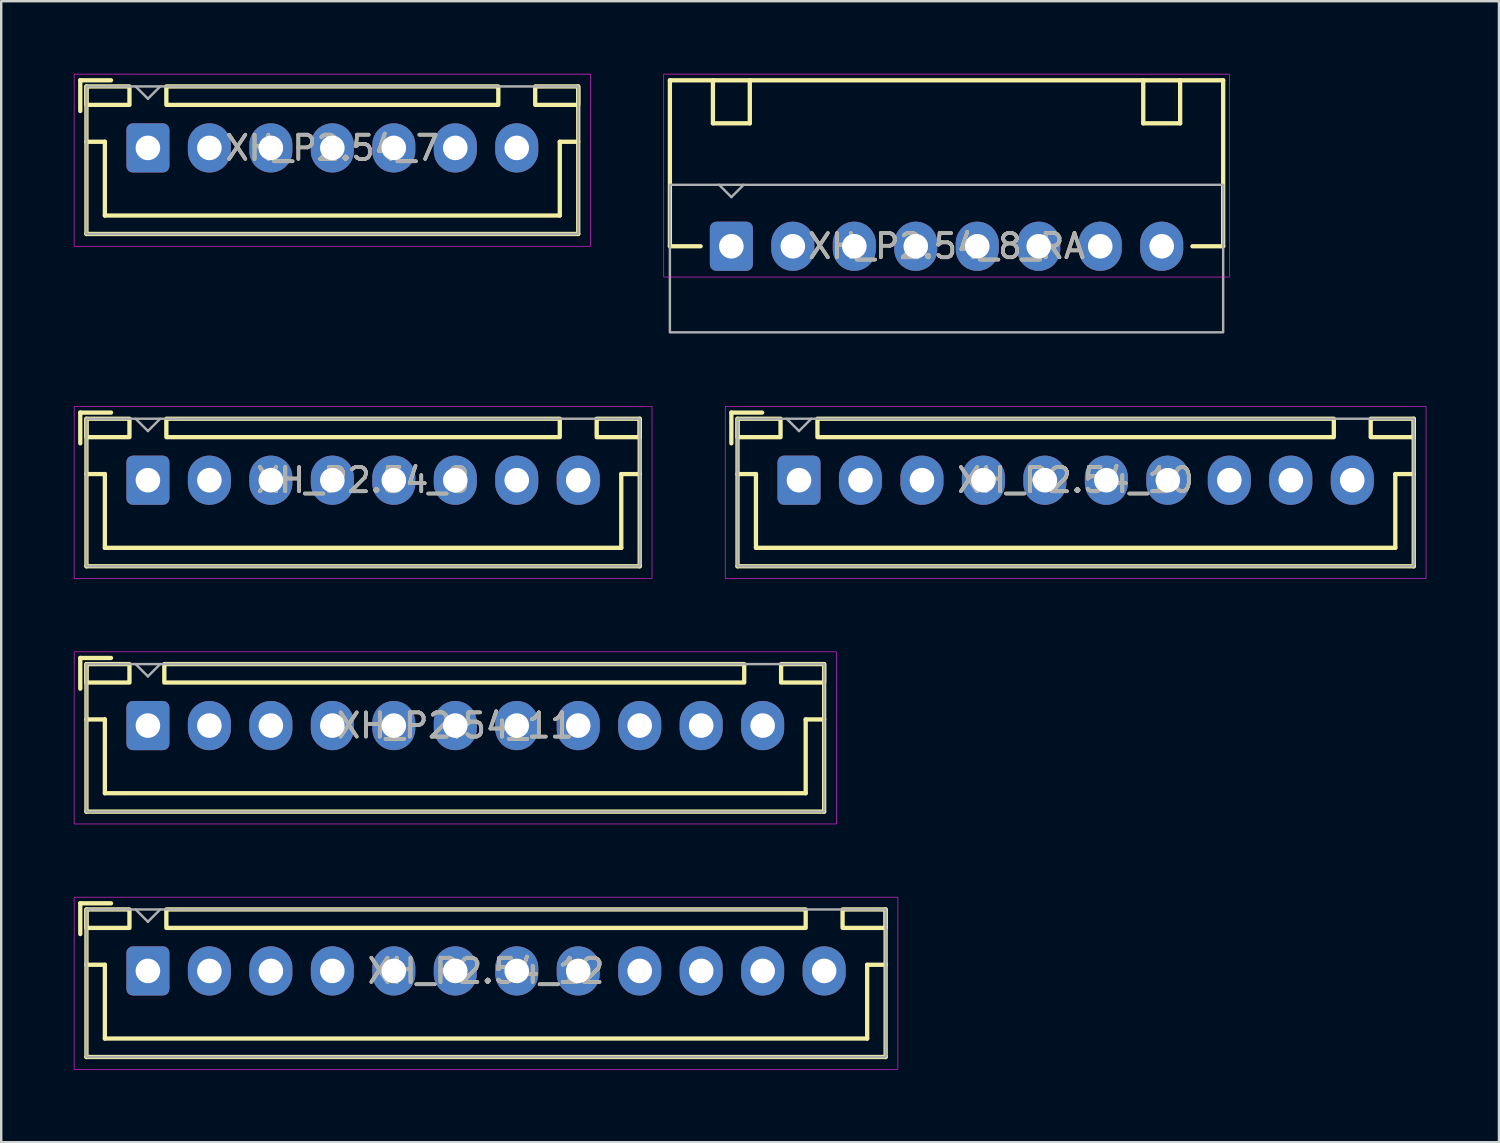
<source format=kicad_pcb>
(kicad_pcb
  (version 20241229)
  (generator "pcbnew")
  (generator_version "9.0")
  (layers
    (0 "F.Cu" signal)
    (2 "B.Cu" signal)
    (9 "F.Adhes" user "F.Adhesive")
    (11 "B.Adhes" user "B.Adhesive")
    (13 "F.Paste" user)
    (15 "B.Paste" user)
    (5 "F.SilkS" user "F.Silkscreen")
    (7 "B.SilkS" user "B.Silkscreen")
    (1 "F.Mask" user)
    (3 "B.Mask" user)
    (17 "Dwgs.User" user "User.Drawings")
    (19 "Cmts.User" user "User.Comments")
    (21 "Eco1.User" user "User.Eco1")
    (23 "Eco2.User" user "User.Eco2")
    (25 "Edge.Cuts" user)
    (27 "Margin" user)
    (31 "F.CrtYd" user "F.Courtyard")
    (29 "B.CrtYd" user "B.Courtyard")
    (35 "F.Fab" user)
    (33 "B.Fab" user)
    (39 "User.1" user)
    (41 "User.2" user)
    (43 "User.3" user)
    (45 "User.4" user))
  (footprint "XH_P2.54_10"
    (layer "F.Cu")
    (at 41.392 16.791)
    (property "Reference" "XH_P2.54_10" (at 0 0 0) (layer "F.SilkS") (effects (font (size 1 1) (thickness 0.15))))
    (attr through_hole)
    (fp_line (start -14.224 -2.794) (end -12.954 -2.794) (stroke (width 0.178) (type solid)) (layer "F.SilkS"))
    (fp_line (start -14.224 -1.524) (end -14.224 -2.794) (stroke (width 0.178) (type solid)) (layer "F.SilkS"))
    (fp_line (start -13.97 -2.54) (end -13.97 3.556) (stroke (width 0.178) (type solid)) (layer "F.SilkS"))
    (fp_line (start -13.97 -0.254) (end -13.208 -0.254) (stroke (width 0.178) (type solid)) (layer "F.SilkS"))
    (fp_line (start -13.97 3.556) (end 13.97 3.556) (stroke (width 0.178) (type solid)) (layer "F.SilkS"))
    (fp_line (start -13.208 -0.254) (end -13.208 2.794) (stroke (width 0.178) (type solid)) (layer "F.SilkS"))
    (fp_line (start -13.208 2.794) (end 13.208 2.794) (stroke (width 0.178) (type solid)) (layer "F.SilkS"))
    (fp_line (start 13.208 -0.254) (end 13.208 2.794) (stroke (width 0.178) (type solid)) (layer "F.SilkS"))
    (fp_line (start 13.208 -0.254) (end 13.97 -0.254) (stroke (width 0.178) (type solid)) (layer "F.SilkS"))
    (fp_line (start 13.97 -2.54) (end 13.97 3.556) (stroke (width 0.178) (type solid)) (layer "F.SilkS"))
    (fp_rect (start -12.192 -1.778) (end -13.97 -2.54) (stroke (width 0.178) (type solid)) (fill no) (layer "F.SilkS"))
    (fp_rect (start -10.668 -2.54) (end 10.668 -1.778) (stroke (width 0.178) (type solid)) (fill no) (layer "F.SilkS"))
    (fp_rect (start 12.192 -2.54) (end 13.97 -1.778) (stroke (width 0.178) (type solid)) (fill no) (layer "F.SilkS"))
    (fp_rect (start -14.478 -3.048) (end 14.478 4.064) (stroke (width 0.025) (type solid)) (fill no) (layer "F.CrtYd"))
    (fp_line (start -11.938 -2.54) (end -11.43 -2.032) (stroke (width 0.1) (type solid)) (layer "F.Fab"))
    (fp_line (start -10.922 -2.54) (end -11.43 -2.032) (stroke (width 0.1) (type solid)) (layer "F.Fab"))
    (fp_rect (start -13.97 -2.54) (end 13.97 3.556) (stroke (width 0.1) (type solid)) (fill no) (layer "F.Fab"))
    (fp_text user "${REFERENCE}" (at 0 0 0) (layer "F.Fab") (effects (font (size 1 1) (thickness 0.15))))
    (pad "1" thru_hole roundrect (at -11.43 0) (size 1.778 2.032) (drill 1.016) (layers "*.Cu" "*.Mask") (roundrect_rratio 0.15))
    (pad "2" thru_hole oval (at -8.89 0) (size 1.778 2.032) (drill 1.016) (layers "*.Cu" "*.Mask"))
    (pad "3" thru_hole oval (at -6.35 0) (size 1.778 2.032) (drill 1.016) (layers "*.Cu" "*.Mask"))
    (pad "4" thru_hole oval (at -3.81 0) (size 1.778 2.032) (drill 1.016) (layers "*.Cu" "*.Mask"))
    (pad "5" thru_hole oval (at -1.27 0) (size 1.778 2.032) (drill 1.016) (layers "*.Cu" "*.Mask"))
    (pad "6" thru_hole oval (at 1.27 0) (size 1.778 2.032) (drill 1.016) (layers "*.Cu" "*.Mask"))
    (pad "7" thru_hole oval (at 3.81 0) (size 1.778 2.032) (drill 1.016) (layers "*.Cu" "*.Mask"))
    (pad "8" thru_hole oval (at 6.35 0) (size 1.778 2.032) (drill 1.016) (layers "*.Cu" "*.Mask"))
    (pad "9" thru_hole oval (at 8.89 0) (size 1.778 2.032) (drill 1.016) (layers "*.Cu" "*.Mask"))
    (pad "10" thru_hole oval (at 11.43 0) (size 1.778 2.032) (drill 1.016) (layers "*.Cu" "*.Mask")))
  (footprint "XH_P2.54_8"
    (layer "F.Cu")
    (at 11.951 16.791)
    (property "Reference" "XH_P2.54_8" (at 0 0 0) (layer "F.SilkS") (effects (font (size 1 1) (thickness 0.15))))
    (attr through_hole)
    (fp_line (start -11.684 -2.794) (end -10.414 -2.794) (stroke (width 0.178) (type solid)) (layer "F.SilkS"))
    (fp_line (start -11.684 -1.524) (end -11.684 -2.794) (stroke (width 0.178) (type solid)) (layer "F.SilkS"))
    (fp_line (start -11.43 -2.54) (end -11.43 3.556) (stroke (width 0.178) (type solid)) (layer "F.SilkS"))
    (fp_line (start -11.43 -0.254) (end -10.668 -0.254) (stroke (width 0.178) (type solid)) (layer "F.SilkS"))
    (fp_line (start -11.43 3.556) (end 11.43 3.556) (stroke (width 0.178) (type solid)) (layer "F.SilkS"))
    (fp_line (start -10.668 -0.254) (end -10.668 2.794) (stroke (width 0.178) (type solid)) (layer "F.SilkS"))
    (fp_line (start -10.668 2.794) (end 10.668 2.794) (stroke (width 0.178) (type solid)) (layer "F.SilkS"))
    (fp_line (start 10.668 -0.254) (end 10.668 2.794) (stroke (width 0.178) (type solid)) (layer "F.SilkS"))
    (fp_line (start 10.668 -0.254) (end 11.43 -0.254) (stroke (width 0.178) (type solid)) (layer "F.SilkS"))
    (fp_line (start 11.43 -2.54) (end 11.43 3.556) (stroke (width 0.178) (type solid)) (layer "F.SilkS"))
    (fp_rect (start -9.652 -1.778) (end -11.43 -2.54) (stroke (width 0.178) (type solid)) (fill no) (layer "F.SilkS"))
    (fp_rect (start -8.128 -2.54) (end 8.128 -1.778) (stroke (width 0.178) (type solid)) (fill no) (layer "F.SilkS"))
    (fp_rect (start 9.652 -2.54) (end 11.43 -1.778) (stroke (width 0.178) (type solid)) (fill no) (layer "F.SilkS"))
    (fp_rect (start -11.938 -3.048) (end 11.938 4.064) (stroke (width 0.025) (type solid)) (fill no) (layer "F.CrtYd"))
    (fp_line (start -9.398 -2.54) (end -8.89 -2.032) (stroke (width 0.1) (type solid)) (layer "F.Fab"))
    (fp_line (start -8.382 -2.54) (end -8.89 -2.032) (stroke (width 0.1) (type solid)) (layer "F.Fab"))
    (fp_rect (start -11.43 -2.54) (end 11.43 3.556) (stroke (width 0.1) (type solid)) (fill no) (layer "F.Fab"))
    (fp_text user "${REFERENCE}" (at 0 0 0) (layer "F.Fab") (effects (font (size 1 1) (thickness 0.15))))
    (pad "1" thru_hole roundrect (at -8.89 0) (size 1.778 2.032) (drill 1.016) (layers "*.Cu" "*.Mask") (roundrect_rratio 0.15))
    (pad "2" thru_hole oval (at -6.35 0) (size 1.778 2.032) (drill 1.016) (layers "*.Cu" "*.Mask"))
    (pad "3" thru_hole oval (at -3.81 0) (size 1.778 2.032) (drill 1.016) (layers "*.Cu" "*.Mask"))
    (pad "4" thru_hole oval (at -1.27 0) (size 1.778 2.032) (drill 1.016) (layers "*.Cu" "*.Mask"))
    (pad "5" thru_hole oval (at 1.27 0) (size 1.778 2.032) (drill 1.016) (layers "*.Cu" "*.Mask"))
    (pad "6" thru_hole oval (at 3.81 0) (size 1.778 2.032) (drill 1.016) (layers "*.Cu" "*.Mask"))
    (pad "7" thru_hole oval (at 6.35 0) (size 1.778 2.032) (drill 1.016) (layers "*.Cu" "*.Mask"))
    (pad "8" thru_hole oval (at 8.89 0) (size 1.778 2.032) (drill 1.016) (layers "*.Cu" "*.Mask")))
  (footprint "XH_P2.54_7"
    (layer "F.Cu")
    (at 10.681 3.061)
    (property "Reference" "XH_P2.54_7" (at 0 0 0) (layer "F.SilkS") (effects (font (size 1 1) (thickness 0.15))))
    (attr through_hole)
    (fp_line (start -10.414 -2.794) (end -9.144 -2.794) (stroke (width 0.178) (type solid)) (layer "F.SilkS"))
    (fp_line (start -10.414 -1.524) (end -10.414 -2.794) (stroke (width 0.178) (type solid)) (layer "F.SilkS"))
    (fp_line (start -10.16 -2.54) (end -10.16 3.556) (stroke (width 0.178) (type solid)) (layer "F.SilkS"))
    (fp_line (start -10.16 -0.254) (end -9.398 -0.254) (stroke (width 0.178) (type solid)) (layer "F.SilkS"))
    (fp_line (start -10.16 3.556) (end 10.16 3.556) (stroke (width 0.178) (type solid)) (layer "F.SilkS"))
    (fp_line (start -9.398 -0.254) (end -9.398 2.794) (stroke (width 0.178) (type solid)) (layer "F.SilkS"))
    (fp_line (start -9.398 2.794) (end 9.398 2.794) (stroke (width 0.178) (type solid)) (layer "F.SilkS"))
    (fp_line (start 9.398 -0.254) (end 9.398 2.794) (stroke (width 0.178) (type solid)) (layer "F.SilkS"))
    (fp_line (start 9.398 -0.254) (end 10.16 -0.254) (stroke (width 0.178) (type solid)) (layer "F.SilkS"))
    (fp_line (start 10.16 -2.54) (end 10.16 3.556) (stroke (width 0.178) (type solid)) (layer "F.SilkS"))
    (fp_rect (start -8.382 -1.778) (end -10.16 -2.54) (stroke (width 0.178) (type solid)) (fill no) (layer "F.SilkS"))
    (fp_rect (start -6.858 -2.54) (end 6.858 -1.778) (stroke (width 0.178) (type solid)) (fill no) (layer "F.SilkS"))
    (fp_rect (start 8.382 -2.54) (end 10.16 -1.778) (stroke (width 0.178) (type solid)) (fill no) (layer "F.SilkS"))
    (fp_rect (start -10.668 -3.048) (end 10.668 4.064) (stroke (width 0.025) (type solid)) (fill no) (layer "F.CrtYd"))
    (fp_line (start -8.128 -2.54) (end -7.62 -2.032) (stroke (width 0.1) (type solid)) (layer "F.Fab"))
    (fp_line (start -7.112 -2.54) (end -7.62 -2.032) (stroke (width 0.1) (type solid)) (layer "F.Fab"))
    (fp_rect (start -10.16 -2.54) (end 10.16 3.556) (stroke (width 0.1) (type solid)) (fill no) (layer "F.Fab"))
    (fp_text user "${REFERENCE}" (at 0 0 0) (layer "F.Fab") (effects (font (size 1 1) (thickness 0.15))))
    (pad "1" thru_hole roundrect (at -7.62 0) (size 1.778 2.032) (drill 1.016) (layers "*.Cu" "*.Mask") (roundrect_rratio 0.15))
    (pad "2" thru_hole oval (at -5.08 0) (size 1.778 2.032) (drill 1.016) (layers "*.Cu" "*.Mask"))
    (pad "3" thru_hole oval (at -2.54 0) (size 1.778 2.032) (drill 1.016) (layers "*.Cu" "*.Mask"))
    (pad "4" thru_hole oval (at 0 0) (size 1.778 2.032) (drill 1.016) (layers "*.Cu" "*.Mask"))
    (pad "5" thru_hole oval (at 2.54 0) (size 1.778 2.032) (drill 1.016) (layers "*.Cu" "*.Mask"))
    (pad "6" thru_hole oval (at 5.08 0) (size 1.778 2.032) (drill 1.016) (layers "*.Cu" "*.Mask"))
    (pad "7" thru_hole oval (at 7.62 0) (size 1.778 2.032) (drill 1.016) (layers "*.Cu" "*.Mask")))
  (footprint "XH_P2.54_11"
    (layer "F.Cu")
    (at 15.761 26.929)
    (property "Reference" "XH_P2.54_11" (at 0 0 0) (layer "F.SilkS") (effects (font (size 1 1) (thickness 0.15))))
    (attr through_hole)
    (fp_line (start -15.494 -2.794) (end -14.224 -2.794) (stroke (width 0.178) (type solid)) (layer "F.SilkS"))
    (fp_line (start -15.494 -1.524) (end -15.494 -2.794) (stroke (width 0.178) (type solid)) (layer "F.SilkS"))
    (fp_line (start -15.24 -2.54) (end -15.24 3.556) (stroke (width 0.178) (type solid)) (layer "F.SilkS"))
    (fp_line (start -15.24 -0.254) (end -14.478 -0.254) (stroke (width 0.178) (type solid)) (layer "F.SilkS"))
    (fp_line (start -15.24 3.556) (end 15.24 3.556) (stroke (width 0.178) (type solid)) (layer "F.SilkS"))
    (fp_line (start -14.478 -0.254) (end -14.478 2.794) (stroke (width 0.178) (type solid)) (layer "F.SilkS"))
    (fp_line (start -14.478 2.794) (end 14.478 2.794) (stroke (width 0.178) (type solid)) (layer "F.SilkS"))
    (fp_line (start 14.478 -0.254) (end 14.478 2.794) (stroke (width 0.178) (type solid)) (layer "F.SilkS"))
    (fp_line (start 14.478 -0.254) (end 15.24 -0.254) (stroke (width 0.178) (type solid)) (layer "F.SilkS"))
    (fp_line (start 15.24 -2.54) (end 15.24 3.556) (stroke (width 0.178) (type solid)) (layer "F.SilkS"))
    (fp_rect (start -13.462 -1.778) (end -15.24 -2.54) (stroke (width 0.178) (type solid)) (fill no) (layer "F.SilkS"))
    (fp_rect (start -12.022 -2.54) (end 11.938 -1.778) (stroke (width 0.178) (type solid)) (fill no) (layer "F.SilkS"))
    (fp_rect (start 13.462 -2.54) (end 15.24 -1.778) (stroke (width 0.178) (type solid)) (fill no) (layer "F.SilkS"))
    (fp_rect (start -15.748 -3.048) (end 15.748 4.064) (stroke (width 0.025) (type solid)) (fill no) (layer "F.CrtYd"))
    (fp_line (start -13.208 -2.54) (end -12.7 -2.032) (stroke (width 0.1) (type solid)) (layer "F.Fab"))
    (fp_line (start -12.192 -2.54) (end -12.7 -2.032) (stroke (width 0.1) (type solid)) (layer "F.Fab"))
    (fp_rect (start -15.24 -2.54) (end 15.24 3.556) (stroke (width 0.1) (type solid)) (fill no) (layer "F.Fab"))
    (fp_text user "${REFERENCE}" (at 0 0 0) (layer "F.Fab") (effects (font (size 1 1) (thickness 0.15))))
    (pad "1" thru_hole roundrect (at -12.7 0) (size 1.778 2.032) (drill 1.016) (layers "*.Cu" "*.Mask") (roundrect_rratio 0.15))
    (pad "2" thru_hole oval (at -10.16 0) (size 1.778 2.032) (drill 1.016) (layers "*.Cu" "*.Mask"))
    (pad "3" thru_hole oval (at -7.62 0) (size 1.778 2.032) (drill 1.016) (layers "*.Cu" "*.Mask"))
    (pad "4" thru_hole oval (at -5.08 0) (size 1.778 2.032) (drill 1.016) (layers "*.Cu" "*.Mask"))
    (pad "5" thru_hole oval (at -2.54 0) (size 1.778 2.032) (drill 1.016) (layers "*.Cu" "*.Mask"))
    (pad "6" thru_hole oval (at 0 0) (size 1.778 2.032) (drill 1.016) (layers "*.Cu" "*.Mask"))
    (pad "7" thru_hole oval (at 2.54 0) (size 1.778 2.032) (drill 1.016) (layers "*.Cu" "*.Mask"))
    (pad "8" thru_hole oval (at 5.08 0) (size 1.778 2.032) (drill 1.016) (layers "*.Cu" "*.Mask"))
    (pad "9" thru_hole oval (at 7.62 0) (size 1.778 2.032) (drill 1.016) (layers "*.Cu" "*.Mask"))
    (pad "10" thru_hole oval (at 10.16 0) (size 1.778 2.032) (drill 1.016) (layers "*.Cu" "*.Mask"))
    (pad "11" thru_hole oval (at 12.7 0) (size 1.778 2.032) (drill 1.016) (layers "*.Cu" "*.Mask")))
  (footprint "XH_P2.54_12"
    (layer "F.Cu")
    (at 17.031 37.066)
    (property "Reference" "XH_P2.54_12" (at 0 0 0) (layer "F.SilkS") (effects (font (size 1 1) (thickness 0.15))))
    (attr through_hole)
    (fp_line (start -16.764 -2.794) (end -15.494 -2.794) (stroke (width 0.178) (type solid)) (layer "F.SilkS"))
    (fp_line (start -16.764 -1.524) (end -16.764 -2.794) (stroke (width 0.178) (type solid)) (layer "F.SilkS"))
    (fp_line (start -16.51 -2.54) (end -16.51 3.556) (stroke (width 0.178) (type solid)) (layer "F.SilkS"))
    (fp_line (start -16.51 -0.254) (end -15.748 -0.254) (stroke (width 0.178) (type solid)) (layer "F.SilkS"))
    (fp_line (start -16.51 3.556) (end 16.51 3.556) (stroke (width 0.178) (type solid)) (layer "F.SilkS"))
    (fp_line (start -15.748 -0.254) (end -15.748 2.794) (stroke (width 0.178) (type solid)) (layer "F.SilkS"))
    (fp_line (start -15.748 2.794) (end 15.748 2.794) (stroke (width 0.178) (type solid)) (layer "F.SilkS"))
    (fp_line (start 15.748 -0.254) (end 15.748 2.794) (stroke (width 0.178) (type solid)) (layer "F.SilkS"))
    (fp_line (start 15.748 -0.254) (end 16.51 -0.254) (stroke (width 0.178) (type solid)) (layer "F.SilkS"))
    (fp_line (start 16.51 -2.54) (end 16.51 3.556) (stroke (width 0.178) (type solid)) (layer "F.SilkS"))
    (fp_rect (start -14.732 -1.778) (end -16.51 -2.54) (stroke (width 0.178) (type solid)) (fill no) (layer "F.SilkS"))
    (fp_rect (start -13.208 -2.54) (end 13.208 -1.778) (stroke (width 0.178) (type solid)) (fill no) (layer "F.SilkS"))
    (fp_rect (start 14.732 -2.54) (end 16.51 -1.778) (stroke (width 0.178) (type solid)) (fill no) (layer "F.SilkS"))
    (fp_rect (start -17.018 -3.048) (end 17.018 4.064) (stroke (width 0.025) (type solid)) (fill no) (layer "F.CrtYd"))
    (fp_line (start -14.478 -2.54) (end -13.97 -2.032) (stroke (width 0.1) (type solid)) (layer "F.Fab"))
    (fp_line (start -13.462 -2.54) (end -13.97 -2.032) (stroke (width 0.1) (type solid)) (layer "F.Fab"))
    (fp_rect (start -16.51 -2.54) (end 16.51 3.556) (stroke (width 0.1) (type solid)) (fill no) (layer "F.Fab"))
    (fp_text user "${REFERENCE}" (at 0 0 0) (layer "F.Fab") (effects (font (size 1 1) (thickness 0.15))))
    (pad "1" thru_hole roundrect (at -13.97 0) (size 1.778 2.032) (drill 1.016) (layers "*.Cu" "*.Mask") (roundrect_rratio 0.15))
    (pad "2" thru_hole oval (at -11.43 0) (size 1.778 2.032) (drill 1.016) (layers "*.Cu" "*.Mask"))
    (pad "3" thru_hole oval (at -8.89 0) (size 1.778 2.032) (drill 1.016) (layers "*.Cu" "*.Mask"))
    (pad "4" thru_hole oval (at -6.35 0) (size 1.778 2.032) (drill 1.016) (layers "*.Cu" "*.Mask"))
    (pad "5" thru_hole oval (at -3.81 0) (size 1.778 2.032) (drill 1.016) (layers "*.Cu" "*.Mask"))
    (pad "6" thru_hole oval (at -1.27 0) (size 1.778 2.032) (drill 1.016) (layers "*.Cu" "*.Mask"))
    (pad "7" thru_hole oval (at 1.27 0) (size 1.778 2.032) (drill 1.016) (layers "*.Cu" "*.Mask"))
    (pad "8" thru_hole oval (at 3.81 0) (size 1.778 2.032) (drill 1.016) (layers "*.Cu" "*.Mask"))
    (pad "9" thru_hole oval (at 6.35 0) (size 1.778 2.032) (drill 1.016) (layers "*.Cu" "*.Mask"))
    (pad "10" thru_hole oval (at 8.89 0) (size 1.778 2.032) (drill 1.016) (layers "*.Cu" "*.Mask"))
    (pad "11" thru_hole oval (at 11.43 0) (size 1.778 2.032) (drill 1.016) (layers "*.Cu" "*.Mask"))
    (pad "12" thru_hole oval (at 13.97 0) (size 1.778 2.032) (drill 1.016) (layers "*.Cu" "*.Mask")))
  (footprint "XH_P2.54_8_RA"
    (layer "F.Cu")
    (at 36.058 7.125)
    (property "Reference" "XH_P2.54_8_RA" (at 0 0 0) (layer "F.SilkS") (effects (font (size 1 1) (thickness 0.15))))
    (attr through_hole)
    (fp_line (start -11.43 -6.858) (end -11.43 0) (stroke (width 0.178) (type solid)) (layer "F.SilkS"))
    (fp_line (start -11.43 -6.858) (end 11.43 -6.858) (stroke (width 0.178) (type solid)) (layer "F.SilkS"))
    (fp_line (start -11.43 0) (end -10.16 0) (stroke (width 0.178) (type solid)) (layer "F.SilkS"))
    (fp_line (start -9.652 -6.858) (end -9.652 -5.08) (stroke (width 0.178) (type solid)) (layer "F.SilkS"))
    (fp_line (start -9.652 -5.08) (end -8.128 -5.08) (stroke (width 0.178) (type solid)) (layer "F.SilkS"))
    (fp_line (start -8.128 -6.858) (end -8.128 -5.08) (stroke (width 0.178) (type solid)) (layer "F.SilkS"))
    (fp_line (start 8.128 -6.858) (end 8.128 -5.08) (stroke (width 0.178) (type solid)) (layer "F.SilkS"))
    (fp_line (start 8.128 -5.08) (end 9.652 -5.08) (stroke (width 0.178) (type solid)) (layer "F.SilkS"))
    (fp_line (start 9.652 -6.858) (end 9.652 -5.08) (stroke (width 0.178) (type solid)) (layer "F.SilkS"))
    (fp_line (start 10.16 0) (end 11.43 0) (stroke (width 0.178) (type solid)) (layer "F.SilkS"))
    (fp_line (start 11.43 -6.858) (end 11.43 0) (stroke (width 0.178) (type solid)) (layer "F.SilkS"))
    (fp_rect (start -11.684 -7.112) (end 11.684 1.27) (stroke (width 0.025) (type solid)) (fill no) (layer "F.CrtYd"))
    (fp_line (start -9.398 -2.54) (end -8.89 -2.032) (stroke (width 0.1) (type solid)) (layer "F.Fab"))
    (fp_line (start -8.382 -2.54) (end -8.89 -2.032) (stroke (width 0.1) (type solid)) (layer "F.Fab"))
    (fp_rect (start -11.43 -2.54) (end 11.43 3.556) (stroke (width 0.1) (type solid)) (fill no) (layer "F.Fab"))
    (fp_text user "${REFERENCE}" (at 0 0 0) (layer "F.Fab") (effects (font (size 1 1) (thickness 0.15))))
    (pad "1" thru_hole roundrect (at -8.89 0) (size 1.778 2.032) (drill 1.016) (layers "*.Cu" "*.Mask") (roundrect_rratio 0.15))
    (pad "2" thru_hole oval (at -6.35 0) (size 1.778 2.032) (drill 1.016) (layers "*.Cu" "*.Mask"))
    (pad "3" thru_hole oval (at -3.81 0) (size 1.778 2.032) (drill 1.016) (layers "*.Cu" "*.Mask"))
    (pad "4" thru_hole oval (at -1.27 0) (size 1.778 2.032) (drill 1.016) (layers "*.Cu" "*.Mask"))
    (pad "5" thru_hole oval (at 1.27 0) (size 1.778 2.032) (drill 1.016) (layers "*.Cu" "*.Mask"))
    (pad "6" thru_hole oval (at 3.81 0) (size 1.778 2.032) (drill 1.016) (layers "*.Cu" "*.Mask"))
    (pad "7" thru_hole oval (at 6.35 0) (size 1.778 2.032) (drill 1.016) (layers "*.Cu" "*.Mask"))
    (pad "8" thru_hole oval (at 8.89 0) (size 1.778 2.032) (drill 1.016) (layers "*.Cu" "*.Mask")))
  (gr_rect
    (start -3 -3)
    (end 58.883 44.143)
    (stroke (width 0.1) (type default))
    (fill no)
    (layer "Edge.Cuts")))
</source>
